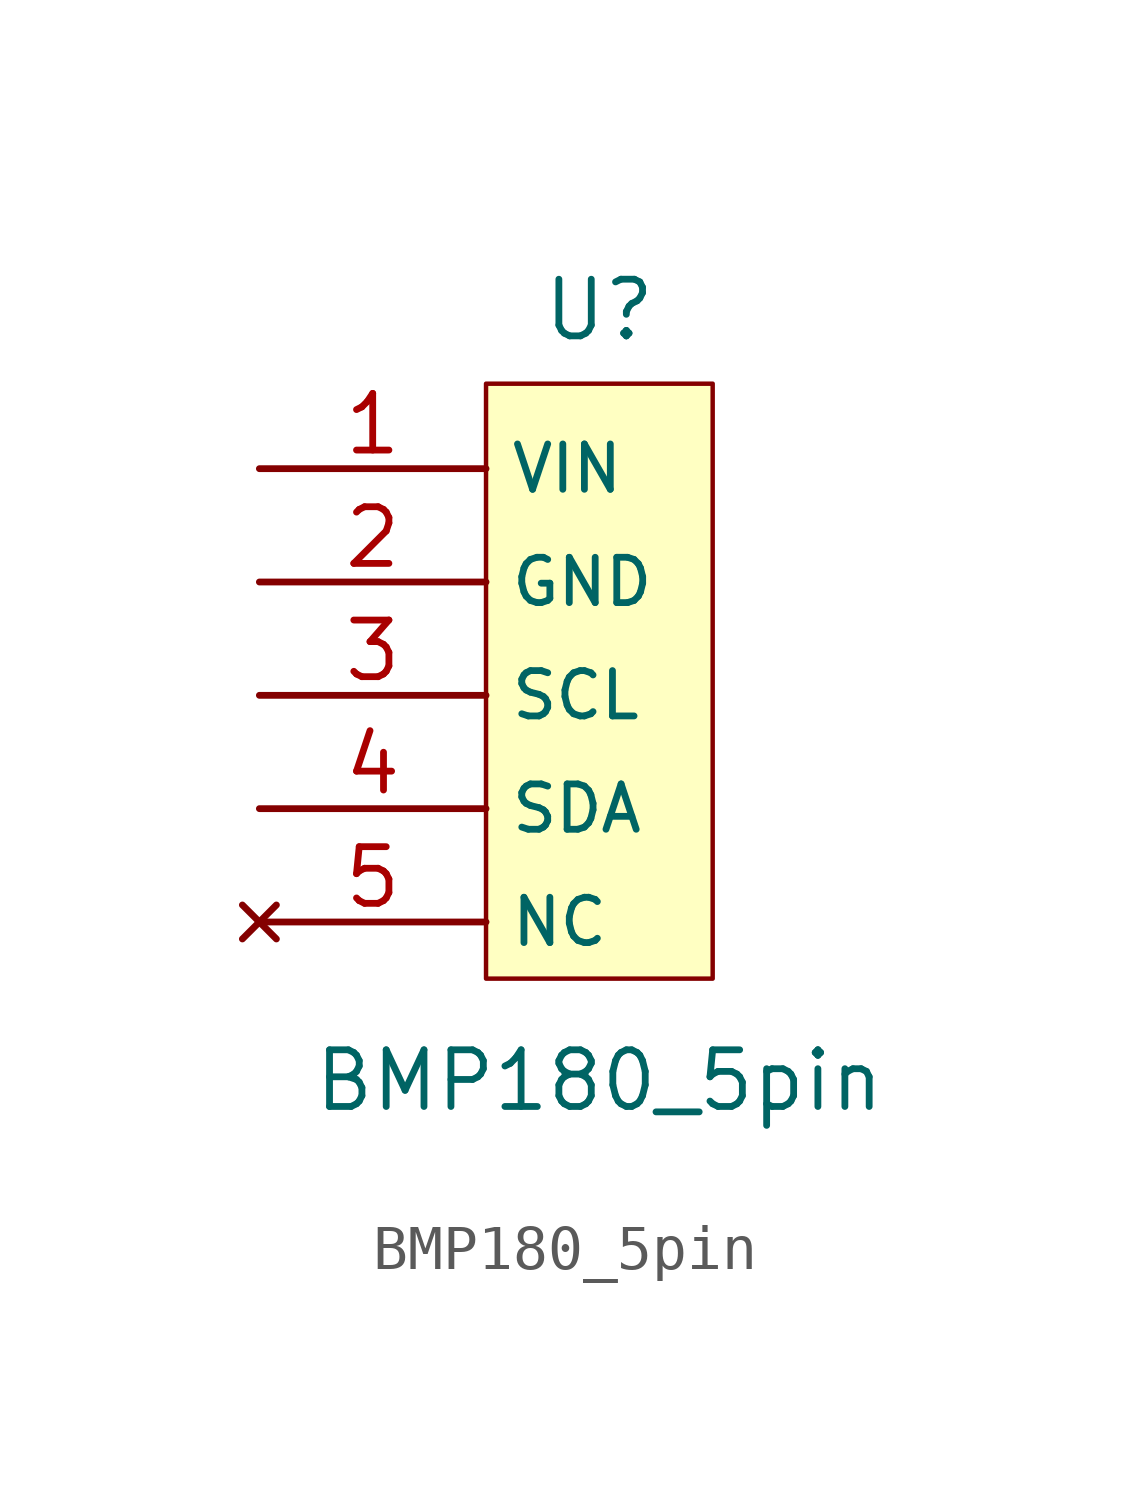
<source format=kicad_sym>
(kicad_symbol_lib
  (version 20241209)
  (generator "kicad_symbol_editor")
  (generator_version "9.0")
  (symbol "BMP180_5pin"
    (property "Reference" "U"
      (at 0 8.636 0)
      (effects (font (size 1.27 1.27))))
    (property "Value" "BMP180_5pin"
      (at 0 -8.636 0)
      (effects (font (size 1.27 1.27))))
    (symbol "BMP180_5pin_1_0"
      (pin power_in line (at -7.62 5.08 0) (length 5.08) (name "VIN" (effects (font (size 1.016 1.016)))) (number "1" (effects (font (size 1.27 1.27)))))
      (pin power_in line (at -7.62 2.54 0) (length 5.08) (name "GND" (effects (font (size 1.016 1.016)))) (number "2" (effects (font (size 1.27 1.27)))))
      (pin bidirectional line (at -7.62 0 0) (length 5.08) (name "SCL" (effects (font (size 1.016 1.016)))) (number "3" (effects (font (size 1.27 1.27)))))
      (pin bidirectional line (at -7.62 -2.54 0) (length 5.08) (name "SDA" (effects (font (size 1.016 1.016)))) (number "4" (effects (font (size 1.27 1.27)))))
      (pin no_connect line (at -7.62 -5.08 0) (length 5.08) (name "NC" (effects (font (size 1.016 1.016)))) (number "5" (effects (font (size 1.27 1.27))))))
    (symbol "BMP180_5pin_1_1"
      (rectangle (start -2.54 6.985) (end 2.54 -6.35) (stroke (width 0.1) (type solid)) (fill (type background))))))
</source>
